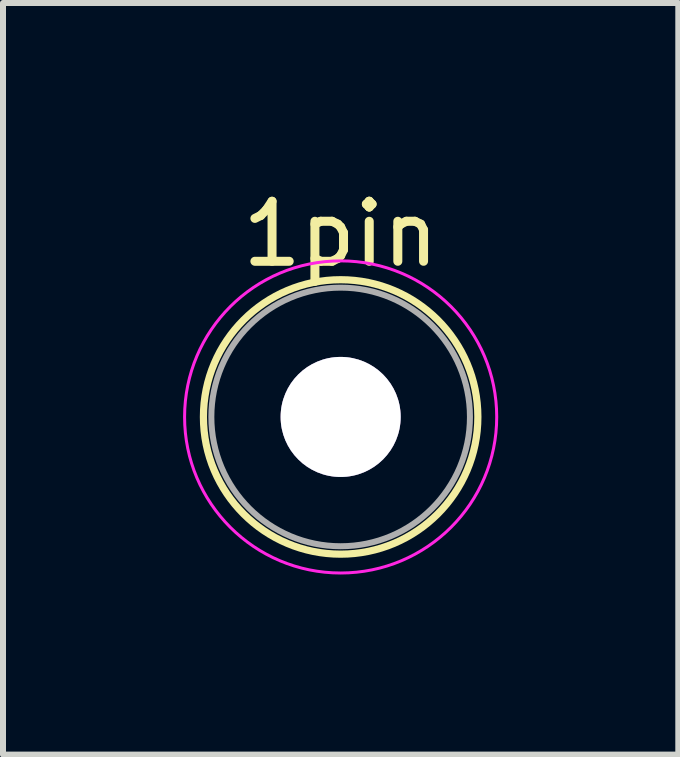
<source format=kicad_pcb>
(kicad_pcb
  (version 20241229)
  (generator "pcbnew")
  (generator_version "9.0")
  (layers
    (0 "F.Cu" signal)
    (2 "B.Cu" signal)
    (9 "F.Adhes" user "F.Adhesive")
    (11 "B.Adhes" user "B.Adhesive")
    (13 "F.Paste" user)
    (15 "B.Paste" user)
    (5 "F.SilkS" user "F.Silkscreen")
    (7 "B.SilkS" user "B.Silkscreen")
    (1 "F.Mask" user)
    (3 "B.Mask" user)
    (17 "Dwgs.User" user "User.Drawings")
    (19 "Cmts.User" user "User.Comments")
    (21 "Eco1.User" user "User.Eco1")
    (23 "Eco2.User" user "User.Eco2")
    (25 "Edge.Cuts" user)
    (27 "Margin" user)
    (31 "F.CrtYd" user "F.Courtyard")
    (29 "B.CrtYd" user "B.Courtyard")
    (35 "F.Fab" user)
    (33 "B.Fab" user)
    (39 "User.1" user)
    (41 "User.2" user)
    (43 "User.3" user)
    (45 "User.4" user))
  (footprint "1pin"
    (layer "F.Cu")
    (at 2.625 3.896)
    (property "Reference" "1pin" (at 0 -3.048 0) (layer "F.SilkS") (effects (font (size 1 1) (thickness 0.15))))
    (attr through_hole)
    (fp_circle (center 0 0) (end 0 -2.286) (stroke (width 0.12) (type solid)) (fill no) (layer "F.SilkS"))
    (fp_circle (center 0 0) (end 2.6 0) (stroke (width 0.05) (type solid)) (fill no) (layer "F.CrtYd"))
    (fp_circle (center 0 0) (end 2 0.8) (stroke (width 0.1) (type solid)) (fill no) (layer "F.Fab"))
    (pad "1" thru_hole circle (at 0 0) (size 2 2) (drill 2) (layers "*.Cu" "*.Mask")))
  (gr_rect
    (start -3 -3)
    (end 8.25 9.521)
    (stroke (width 0.1) (type default))
    (fill no)
    (layer "Edge.Cuts")))
</source>
